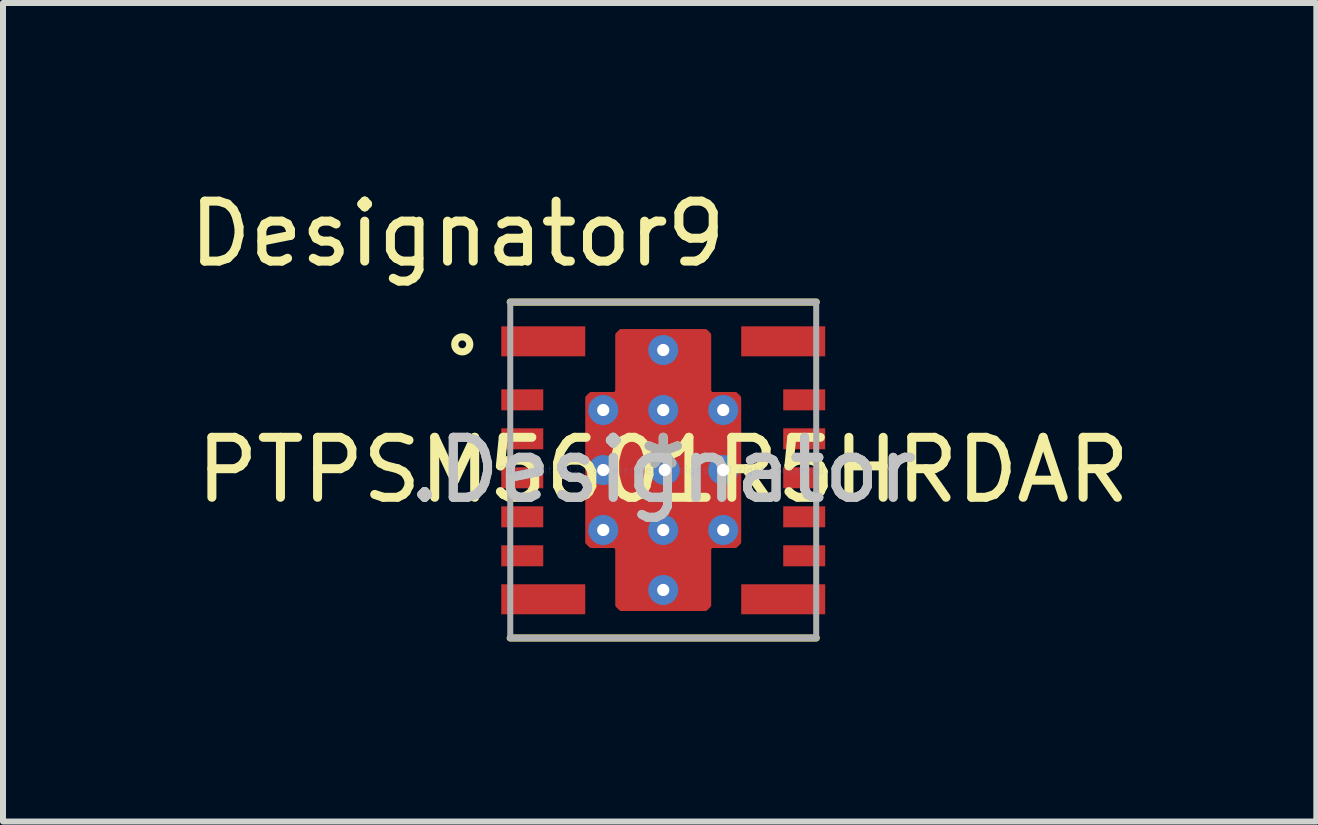
<source format=kicad_pcb>
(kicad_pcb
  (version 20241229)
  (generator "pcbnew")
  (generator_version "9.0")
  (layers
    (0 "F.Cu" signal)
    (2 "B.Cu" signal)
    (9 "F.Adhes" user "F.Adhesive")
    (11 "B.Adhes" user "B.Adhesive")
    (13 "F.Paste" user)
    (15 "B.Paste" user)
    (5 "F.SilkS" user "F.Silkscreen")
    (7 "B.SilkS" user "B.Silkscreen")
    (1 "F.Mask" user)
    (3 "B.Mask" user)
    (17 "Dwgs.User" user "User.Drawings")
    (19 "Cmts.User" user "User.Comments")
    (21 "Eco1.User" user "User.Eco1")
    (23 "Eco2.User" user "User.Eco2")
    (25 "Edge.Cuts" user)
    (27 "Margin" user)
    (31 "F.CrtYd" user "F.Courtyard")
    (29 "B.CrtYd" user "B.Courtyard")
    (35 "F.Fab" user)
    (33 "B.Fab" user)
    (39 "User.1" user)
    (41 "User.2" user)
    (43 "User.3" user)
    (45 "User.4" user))
  (footprint "PTPSM5601R5HRDAR"
    (layer "F.Cu")
    (at 8.006 4.785)
    (property "Reference" "PTPSM5601R5HRDAR" (at 0 0 0) (layer "F.SilkS") (effects (font (size 1 1) (thickness 0.15))))
    (attr through_hole)
    (fp_poly (pts (xy -0.7 -2.3) (xy -0.75 -2.25) (xy -0.75 -1.3) (xy -0.8 -1.25) (xy -1.2 -1.25) (xy -1.25 -1.2) (xy -1.25 1.2) (xy -1.2 1.25) (xy -0.8 1.25) (xy -0.75 1.3) (xy -0.75 2.25) (xy -0.7 2.3) (xy 0.7 2.3) (xy 0.75 2.25) (xy 0.75 1.3) (xy 0.8 1.25) (xy 1.2 1.25) (xy 1.25 1.2) (xy 1.25 -1.2) (xy 1.2 -1.25) (xy 0.8 -1.25) (xy 0.75 -1.3) (xy 0.75 -2.25) (xy 0.7 -2.3)) (stroke (width 0.1) (type solid)) (fill yes) (layer "F.Cu"))
    (fp_poly (pts (xy -0.7 -2.3) (xy 0.7 -2.3) (xy 0.75 -2.25) (xy 0.75 -1.3) (xy 0.8 -1.25) (xy 1.2 -1.25) (xy 1.25 -1.2) (xy 1.25 1.2) (xy 1.2 1.25) (xy 0.8 1.25) (xy 0.75 1.3) (xy 0.75 2.25) (xy 0.7 2.3) (xy -0.7 2.3) (xy -0.75 2.25) (xy -0.75 1.3) (xy -0.8 1.25) (xy -1.2 1.25) (xy -1.25 1.2) (xy -1.25 -1.2) (xy -1.2 -1.25) (xy -0.8 -1.25) (xy -0.75 -1.3) (xy -0.75 -2.25)) (stroke (width 0.1) (type solid)) (fill yes) (layer "F.Mask"))
    (fp_line (start -2.55 -2.8) (end 2.55 -2.8) (stroke (width 0.12) (type solid)) (layer "F.SilkS"))
    (fp_line (start -2.55 2.8) (end 2.55 2.8) (stroke (width 0.12) (type solid)) (layer "F.SilkS"))
    (fp_circle (center -3.35 -2.095) (end -3.225 -2.095) (stroke (width 0.12) (type solid)) (fill no) (layer "F.SilkS"))
    (fp_poly (pts (xy -2.675 0.23) (xy -2.675 0.03) (xy -2.625 -0.02) (xy -2.075 -0.02) (xy -2.025 0.03) (xy -2.025 0.23) (xy -2.075 0.28) (xy -2.625 0.28)) (stroke (width 0.1) (type solid)) (fill yes) (layer "F.Paste"))
    (fp_poly (pts (xy -2.675 0.68) (xy -2.625 0.63) (xy -2.075 0.63) (xy -2.025 0.68) (xy -2.025 0.88) (xy -2.075 0.93) (xy -2.625 0.93) (xy -2.675 0.88)) (stroke (width 0.1) (type solid)) (fill yes) (layer "F.Paste"))
    (fp_poly (pts (xy -2.625 -1.02) (xy -2.675 -1.07) (xy -2.675 -1.27) (xy -2.625 -1.32) (xy -2.075 -1.32) (xy -2.025 -1.27) (xy -2.025 -1.07) (xy -2.075 -1.02)) (stroke (width 0.1) (type solid)) (fill yes) (layer "F.Paste"))
    (fp_poly (pts (xy -2.625 -0.37) (xy -2.675 -0.42) (xy -2.675 -0.62) (xy -2.625 -0.67) (xy -2.075 -0.67) (xy -2.025 -0.62) (xy -2.025 -0.42) (xy -2.075 -0.37)) (stroke (width 0.1) (type solid)) (fill yes) (layer "F.Paste"))
    (fp_poly (pts (xy -2.625 1.28) (xy -2.075 1.28) (xy -2.025 1.33) (xy -2.025 1.53) (xy -2.075 1.58) (xy -2.625 1.58) (xy -2.675 1.53) (xy -2.675 1.33)) (stroke (width 0.1) (type solid)) (fill yes) (layer "F.Paste"))
    (fp_poly (pts (xy -2.625 1.93) (xy -1.375 1.93) (xy -1.325 1.98) (xy -1.325 2.33) (xy -1.375 2.38) (xy -2.625 2.38) (xy -2.675 2.33) (xy -2.675 1.98)) (stroke (width 0.1) (type solid)) (fill yes) (layer "F.Paste"))
    (fp_poly (pts (xy -1.375 -2.37) (xy -1.325 -2.32) (xy -1.325 -1.97) (xy -1.375 -1.92) (xy -2.625 -1.92) (xy -2.675 -1.97) (xy -2.675 -2.32) (xy -2.625 -2.37)) (stroke (width 0.1) (type solid)) (fill yes) (layer "F.Paste"))
    (fp_poly (pts (xy -1.1 0.75) (xy -1.1 0.2) (xy -1.05 0.15) (xy -0.2 0.15) (xy -0.15 0.2) (xy -0.15 0.75) (xy -0.2 0.8) (xy -1.05 0.8)) (stroke (width 0.1) (type solid)) (fill yes) (layer "F.Paste"))
    (fp_poly (pts (xy -1.05 -0.8) (xy -0.2 -0.8) (xy -0.15 -0.75) (xy -0.15 -0.2) (xy -0.2 -0.15) (xy -1.05 -0.15) (xy -1.1 -0.2) (xy -1.1 -0.75)) (stroke (width 0.1) (type solid)) (fill yes) (layer "F.Paste"))
    (fp_poly (pts (xy -0.675 -2.25) (xy -0.175 -2.25) (xy -0.125 -2.2) (xy -0.125 -1.15) (xy -0.175 -1.1) (xy -0.675 -1.1) (xy -0.725 -1.15) (xy -0.725 -2.2)) (stroke (width 0.1) (type solid)) (fill yes) (layer "F.Paste"))
    (fp_poly (pts (xy -0.125 2.2) (xy -0.175 2.25) (xy -0.675 2.25) (xy -0.725 2.2) (xy -0.725 1.15) (xy -0.675 1.1) (xy -0.175 1.1) (xy -0.125 1.15)) (stroke (width 0.1) (type solid)) (fill yes) (layer "F.Paste"))
    (fp_poly (pts (xy 0.125 -1.15) (xy 0.125 -2.2) (xy 0.175 -2.25) (xy 0.675 -2.25) (xy 0.725 -2.2) (xy 0.725 -1.15) (xy 0.675 -1.1) (xy 0.175 -1.1)) (stroke (width 0.1) (type solid)) (fill yes) (layer "F.Paste"))
    (fp_poly (pts (xy 0.125 1.15) (xy 0.175 1.1) (xy 0.675 1.1) (xy 0.725 1.15) (xy 0.725 2.2) (xy 0.675 2.25) (xy 0.175 2.25) (xy 0.125 2.2)) (stroke (width 0.1) (type solid)) (fill yes) (layer "F.Paste"))
    (fp_poly (pts (xy 1.05 0.8) (xy 0.2 0.8) (xy 0.15 0.75) (xy 0.15 0.2) (xy 0.2 0.15) (xy 1.05 0.15) (xy 1.1 0.2) (xy 1.1 0.75)) (stroke (width 0.1) (type solid)) (fill yes) (layer "F.Paste"))
    (fp_poly (pts (xy 1.1 -0.2) (xy 1.05 -0.15) (xy 0.2 -0.15) (xy 0.15 -0.2) (xy 0.15 -0.75) (xy 0.2 -0.8) (xy 1.05 -0.8) (xy 1.1 -0.75)) (stroke (width 0.1) (type solid)) (fill yes) (layer "F.Paste"))
    (fp_poly (pts (xy 1.325 -1.97) (xy 1.325 -2.32) (xy 1.375 -2.37) (xy 2.625 -2.37) (xy 2.675 -2.32) (xy 2.675 -1.97) (xy 2.625 -1.92) (xy 1.375 -1.92)) (stroke (width 0.1) (type solid)) (fill yes) (layer "F.Paste"))
    (fp_poly (pts (xy 1.375 2.38) (xy 1.325 2.33) (xy 1.325 1.98) (xy 1.375 1.93) (xy 2.625 1.93) (xy 2.675 1.98) (xy 2.675 2.33) (xy 2.625 2.38)) (stroke (width 0.1) (type solid)) (fill yes) (layer "F.Paste"))
    (fp_poly (pts (xy 2.075 -1.32) (xy 2.625 -1.32) (xy 2.675 -1.27) (xy 2.675 -1.07) (xy 2.625 -1.02) (xy 2.075 -1.02) (xy 2.025 -1.07) (xy 2.025 -1.27)) (stroke (width 0.1) (type solid)) (fill yes) (layer "F.Paste"))
    (fp_poly (pts (xy 2.075 1.58) (xy 2.025 1.53) (xy 2.025 1.33) (xy 2.075 1.28) (xy 2.625 1.28) (xy 2.675 1.33) (xy 2.675 1.53) (xy 2.625 1.58)) (stroke (width 0.1) (type solid)) (fill yes) (layer "F.Paste"))
    (fp_poly (pts (xy 2.625 -0.37) (xy 2.075 -0.37) (xy 2.025 -0.42) (xy 2.025 -0.62) (xy 2.075 -0.67) (xy 2.625 -0.67) (xy 2.675 -0.62) (xy 2.675 -0.42)) (stroke (width 0.1) (type solid)) (fill yes) (layer "F.Paste"))
    (fp_poly (pts (xy 2.625 0.93) (xy 2.075 0.93) (xy 2.025 0.88) (xy 2.025 0.68) (xy 2.075 0.63) (xy 2.625 0.63) (xy 2.675 0.68) (xy 2.675 0.88)) (stroke (width 0.1) (type solid)) (fill yes) (layer "F.Paste"))
    (fp_poly (pts (xy 2.675 0.03) (xy 2.675 0.23) (xy 2.625 0.28) (xy 2.075 0.28) (xy 2.025 0.23) (xy 2.025 0.03) (xy 2.075 -0.02) (xy 2.625 -0.02)) (stroke (width 0.1) (type solid)) (fill yes) (layer "F.Paste"))
    (fp_line (start -2.55 -2.8) (end 2.55 -2.8) (stroke (width 0.1) (type solid)) (layer "F.Fab"))
    (fp_line (start -2.55 2.8) (end -2.55 -2.8) (stroke (width 0.1) (type solid)) (layer "F.Fab"))
    (fp_line (start -2.55 2.8) (end 2.55 2.8) (stroke (width 0.1) (type solid)) (layer "F.Fab"))
    (fp_line (start 2.55 2.8) (end 2.55 -2.8) (stroke (width 0.1) (type solid)) (layer "F.Fab"))
    (fp_text user "*" (at 0 0 0) (layer "F.SilkS") (effects (font (size 1 1) (thickness 0.15))))
    (fp_text user "Designator9" (at -3.429 -3.937 0) (layer "F.SilkS") (effects (font (size 1 1) (thickness 0.15))))
    (fp_text user ".Designator" (at 0 0 0) (layer "Dwgs.User") (effects (font (size 1 1) (thickness 0.15))))
    (fp_text user "Copyright 2021 Accelerated Designs. All rights reserved." (at 0 0 0) (layer "Cmts.User") (effects (font (size 0.127 0.127) (thickness 0.002))))
    (fp_text user "*" (at 0 0 0) (layer "F.Fab") (effects (font (size 1 1) (thickness 0.15))))
    (fp_text user ".Designator" (at 0 0 0) (layer "F.Fab") (effects (font (size 1 1) (thickness 0.15))))
    (pad "1" smd rect (at -2 -2.145) (size 1.4 0.5) (layers "F.Cu" "F.Mask" "F.Paste"))
    (pad "2" smd rect (at -2.35 -1.17) (size 0.7 0.35) (layers "F.Cu" "F.Mask" "F.Paste"))
    (pad "3" smd rect (at -2.35 -0.52) (size 0.7 0.35) (layers "F.Cu" "F.Mask" "F.Paste"))
    (pad "4" smd rect (at -2.35 0.13) (size 0.7 0.35) (layers "F.Cu" "F.Mask" "F.Paste"))
    (pad "5" smd rect (at -2.35 0.78) (size 0.7 0.35) (layers "F.Cu" "F.Mask" "F.Paste"))
    (pad "6" smd rect (at -2.35 1.43) (size 0.7 0.35) (layers "F.Cu" "F.Mask" "F.Paste"))
    (pad "7" smd rect (at -2 2.155) (size 1.4 0.5) (layers "F.Cu" "F.Mask" "F.Paste"))
    (pad "8" smd rect (at 2 2.155) (size 1.4 0.5) (layers "F.Cu" "F.Mask" "F.Paste"))
    (pad "9" smd rect (at 2.35 1.43) (size 0.7 0.35) (layers "F.Cu" "F.Mask" "F.Paste"))
    (pad "10" smd rect (at 2.35 0.78) (size 0.7 0.35) (layers "F.Cu" "F.Mask" "F.Paste"))
    (pad "11" smd rect (at 2.35 0.13) (size 0.7 0.35) (layers "F.Cu" "F.Mask" "F.Paste"))
    (pad "12" smd rect (at 2.35 -0.52) (size 0.7 0.35) (layers "F.Cu" "F.Mask" "F.Paste"))
    (pad "13" smd rect (at 2.35 -1.17) (size 0.7 0.35) (layers "F.Cu" "F.Mask" "F.Paste"))
    (pad "14" smd rect (at 2 -2.145) (size 1.4 0.5) (layers "F.Cu" "F.Mask" "F.Paste"))
    (pad "15" smd circle (at 0 0) (size 2.25 2.25) (layers "F.Cu" "F.Mask" "F.Paste"))
    (pad "16" thru_hole circle (at 1 1) (size 0.5 0.5) (drill 0.203) (layers "*.Cu" "*.Mask"))
    (pad "17" thru_hole circle (at 1 0) (size 0.5 0.5) (drill 0.203) (layers "*.Cu" "*.Mask"))
    (pad "18" thru_hole circle (at 1 -1) (size 0.5 0.5) (drill 0.203) (layers "*.Cu" "*.Mask"))
    (pad "19" thru_hole circle (at -1 1) (size 0.5 0.5) (drill 0.203) (layers "*.Cu" "*.Mask"))
    (pad "20" thru_hole circle (at -1 0) (size 0.5 0.5) (drill 0.203) (layers "*.Cu" "*.Mask"))
    (pad "21" thru_hole circle (at -1 -1) (size 0.5 0.5) (drill 0.203) (layers "*.Cu" "*.Mask"))
    (pad "22" thru_hole circle (at 0 2) (size 0.5 0.5) (drill 0.203) (layers "*.Cu" "*.Mask"))
    (pad "23" thru_hole circle (at 0 1) (size 0.5 0.5) (drill 0.203) (layers "*.Cu" "*.Mask"))
    (pad "24" thru_hole circle (at 0.025 0) (size 0.5 0.5) (drill 0.203) (layers "*.Cu" "*.Mask"))
    (pad "25" thru_hole circle (at 0 -1) (size 0.5 0.5) (drill 0.203) (layers "*.Cu" "*.Mask"))
    (pad "26" thru_hole circle (at 0 -2) (size 0.5 0.5) (drill 0.203) (layers "*.Cu" "*.Mask")))
  (gr_rect
    (start -3 -3)
    (end 18.893 10.645)
    (stroke (width 0.1) (type default))
    (fill no)
    (layer "Edge.Cuts")))
</source>
